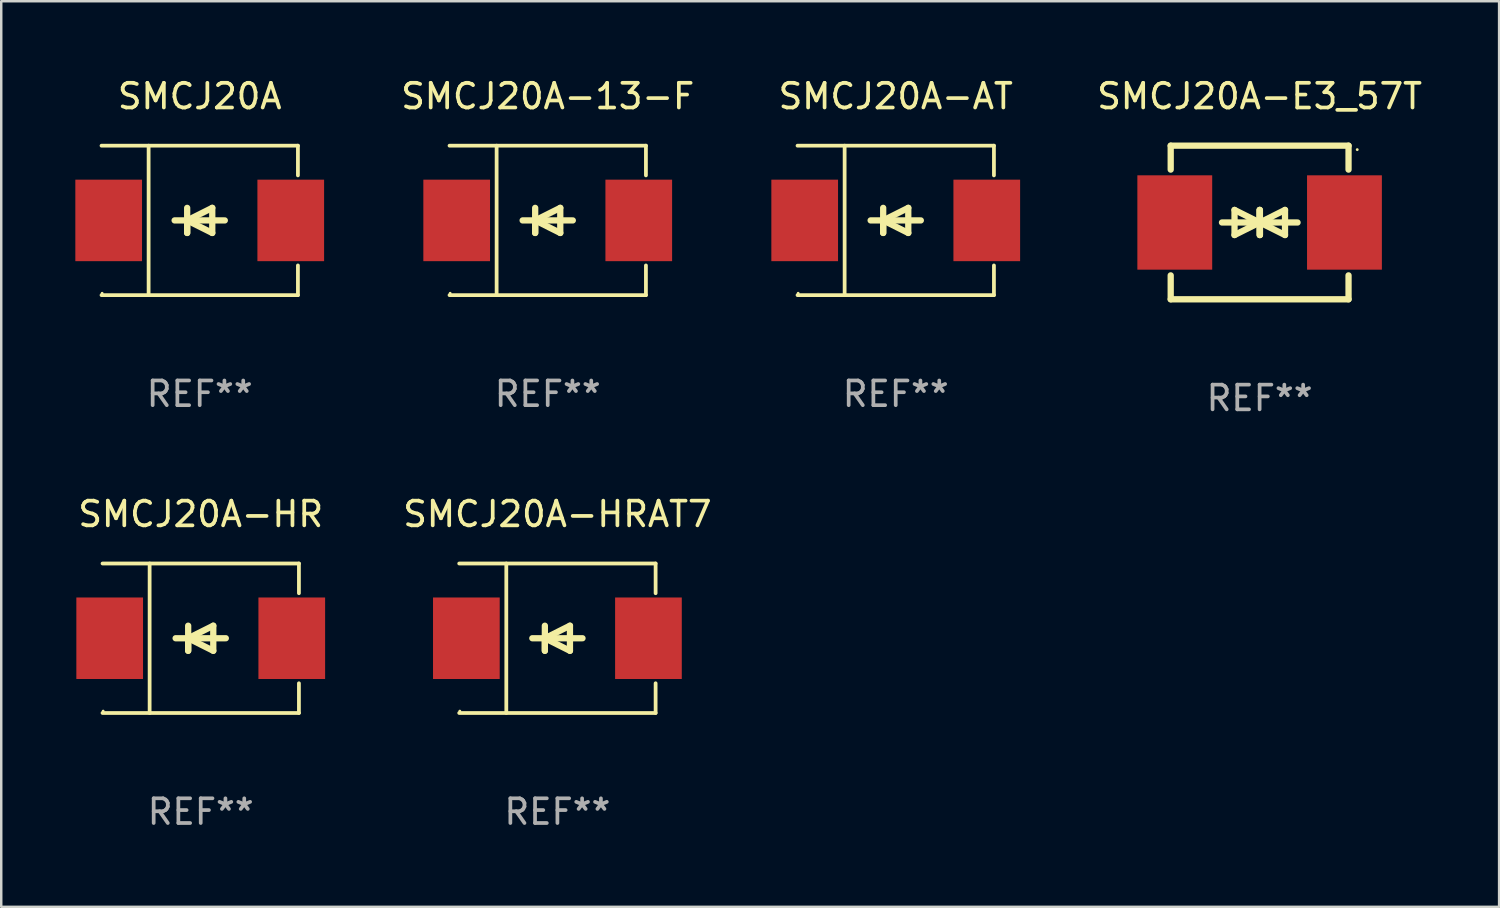
<source format=kicad_pcb>
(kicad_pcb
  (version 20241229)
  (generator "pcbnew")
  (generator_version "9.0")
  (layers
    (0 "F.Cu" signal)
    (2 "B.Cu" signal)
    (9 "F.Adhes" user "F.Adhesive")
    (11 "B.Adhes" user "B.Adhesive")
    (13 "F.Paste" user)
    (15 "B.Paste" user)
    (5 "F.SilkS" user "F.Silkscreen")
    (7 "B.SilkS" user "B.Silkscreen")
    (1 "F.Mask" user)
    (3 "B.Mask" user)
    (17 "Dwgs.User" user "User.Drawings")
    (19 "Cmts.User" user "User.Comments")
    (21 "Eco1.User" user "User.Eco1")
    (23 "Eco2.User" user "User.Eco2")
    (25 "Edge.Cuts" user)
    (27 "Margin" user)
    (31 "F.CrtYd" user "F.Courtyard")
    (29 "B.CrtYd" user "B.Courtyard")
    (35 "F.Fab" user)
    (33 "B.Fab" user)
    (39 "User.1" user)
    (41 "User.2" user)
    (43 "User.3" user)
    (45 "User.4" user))
  (footprint "SMCJ20A-13-F"
    (layer "F.Cu")
    (at 19.126 5.874)
    (property "Reference" "SMCJ20A-13-F" (at 0 -5.026 0) (layer "F.SilkS") (effects (font (size 1 1) (thickness 0.15))))
    (attr through_hole)
    (fp_line (start -3.976 -3.026) (end 3.976 -3.026) (stroke (width 0.152) (type solid)) (layer "F.SilkS"))
    (fp_line (start -3.976 3.026) (end 3.976 3.026) (stroke (width 0.152) (type solid)) (layer "F.SilkS"))
    (fp_line (start -2.069 -3.026) (end -2.069 3.026) (stroke (width 0.152) (type solid)) (layer "F.SilkS"))
    (fp_line (start -0.508 0) (end -0.508 0.508) (stroke (width 0.254) (type solid)) (layer "F.SilkS"))
    (fp_line (start -0.508 0) (end 0.508 0.508) (stroke (width 0.254) (type solid)) (layer "F.SilkS"))
    (fp_line (start -0.508 0.508) (end -0.508 -0.508) (stroke (width 0.254) (type solid)) (layer "F.SilkS"))
    (fp_line (start 0.508 -0.508) (end -0.508 0) (stroke (width 0.254) (type solid)) (layer "F.SilkS"))
    (fp_line (start 0.508 0.508) (end 0.508 -0.508) (stroke (width 0.254) (type solid)) (layer "F.SilkS"))
    (fp_line (start 1.016 0) (end -1.016 0) (stroke (width 0.254) (type solid)) (layer "F.SilkS"))
    (fp_line (start 3.976 -3.026) (end 3.976 -1.823) (stroke (width 0.152) (type solid)) (layer "F.SilkS"))
    (fp_line (start 3.976 3.026) (end 3.976 1.823) (stroke (width 0.152) (type solid)) (layer "F.SilkS"))
    (fp_circle (center -3.95 2.95) (end -3.92 2.95) (stroke (width 0.06) (type solid)) (fill no) (layer "F.SilkS"))
    (fp_text user "REF**" (at 0 7.026 0) (layer "F.Fab") (effects (font (size 1 1) (thickness 0.15))))
    (pad "1" smd rect (at -3.686 0) (size 2.7 3.3) (layers "F.Cu" "F.Mask" "F.Paste"))
    (pad "2" smd rect (at 3.686 0) (size 2.7 3.3) (layers "F.Cu" "F.Mask" "F.Paste")))
  (footprint "SMCJ20A-AT"
    (layer "F.Cu")
    (at 33.216 5.874)
    (property "Reference" "SMCJ20A-AT" (at 0 -5.026 0) (layer "F.SilkS") (effects (font (size 1 1) (thickness 0.15))))
    (attr through_hole)
    (fp_line (start -3.976 -3.026) (end 3.976 -3.026) (stroke (width 0.152) (type solid)) (layer "F.SilkS"))
    (fp_line (start -3.976 3.026) (end 3.976 3.026) (stroke (width 0.152) (type solid)) (layer "F.SilkS"))
    (fp_line (start -2.069 -3.026) (end -2.069 3.026) (stroke (width 0.152) (type solid)) (layer "F.SilkS"))
    (fp_line (start -0.508 0) (end -0.508 0.508) (stroke (width 0.254) (type solid)) (layer "F.SilkS"))
    (fp_line (start -0.508 0) (end 0.508 0.508) (stroke (width 0.254) (type solid)) (layer "F.SilkS"))
    (fp_line (start -0.508 0.508) (end -0.508 -0.508) (stroke (width 0.254) (type solid)) (layer "F.SilkS"))
    (fp_line (start 0.508 -0.508) (end -0.508 0) (stroke (width 0.254) (type solid)) (layer "F.SilkS"))
    (fp_line (start 0.508 0.508) (end 0.508 -0.508) (stroke (width 0.254) (type solid)) (layer "F.SilkS"))
    (fp_line (start 1.016 0) (end -1.016 0) (stroke (width 0.254) (type solid)) (layer "F.SilkS"))
    (fp_line (start 3.976 -3.026) (end 3.976 -1.823) (stroke (width 0.152) (type solid)) (layer "F.SilkS"))
    (fp_line (start 3.976 3.026) (end 3.976 1.823) (stroke (width 0.152) (type solid)) (layer "F.SilkS"))
    (fp_circle (center -3.95 2.95) (end -3.92 2.95) (stroke (width 0.06) (type solid)) (fill no) (layer "F.SilkS"))
    (fp_text user "REF**" (at 0 7.026 0) (layer "F.Fab") (effects (font (size 1 1) (thickness 0.15))))
    (pad "1" smd rect (at -3.686 0) (size 2.7 3.3) (layers "F.Cu" "F.Mask" "F.Paste"))
    (pad "2" smd rect (at 3.686 0) (size 2.7 3.3) (layers "F.Cu" "F.Mask" "F.Paste")))
  (footprint "SMCJ20A-E3_57T"
    (layer "F.Cu")
    (at 47.949 5.958)
    (property "Reference" "SMCJ20A-E3_57T" (at 0 -5.11 0) (layer "F.SilkS") (effects (font (size 1 1) (thickness 0.15))))
    (attr through_hole)
    (fp_line (start -3.6 -2.141) (end -3.6 -3.11) (stroke (width 0.254) (type solid)) (layer "F.SilkS"))
    (fp_line (start -3.6 3.11) (end -3.6 2.141) (stroke (width 0.254) (type solid)) (layer "F.SilkS"))
    (fp_line (start -1.524 0) (end 0.508 0) (stroke (width 0.254) (type solid)) (layer "F.SilkS"))
    (fp_line (start -1.016 -0.508) (end -1.016 0.508) (stroke (width 0.254) (type solid)) (layer "F.SilkS"))
    (fp_line (start -1.016 0.508) (end 0 0) (stroke (width 0.254) (type solid)) (layer "F.SilkS"))
    (fp_line (start 0 -0.508) (end 0 0.508) (stroke (width 0.254) (type solid)) (layer "F.SilkS"))
    (fp_line (start 0 0) (end -1.016 -0.508) (stroke (width 0.254) (type solid)) (layer "F.SilkS"))
    (fp_line (start 0 0) (end 0 -0.508) (stroke (width 0.254) (type solid)) (layer "F.SilkS"))
    (fp_line (start 0.012 0) (end 0.012 0.508) (stroke (width 0.254) (type solid)) (layer "F.SilkS"))
    (fp_line (start 0.012 0) (end 1.028 0.508) (stroke (width 0.254) (type solid)) (layer "F.SilkS"))
    (fp_line (start 0.012 0.508) (end 0.012 -0.508) (stroke (width 0.254) (type solid)) (layer "F.SilkS"))
    (fp_line (start 1.028 -0.508) (end 0.012 0) (stroke (width 0.254) (type solid)) (layer "F.SilkS"))
    (fp_line (start 1.028 0.508) (end 1.028 -0.508) (stroke (width 0.254) (type solid)) (layer "F.SilkS"))
    (fp_line (start 1.536 0) (end -0.496 0) (stroke (width 0.254) (type solid)) (layer "F.SilkS"))
    (fp_line (start 3.6 -3.11) (end -3.6 -3.11) (stroke (width 0.254) (type solid)) (layer "F.SilkS"))
    (fp_line (start 3.6 -2.141) (end 3.6 -3.11) (stroke (width 0.254) (type solid)) (layer "F.SilkS"))
    (fp_line (start 3.6 3.11) (end -3.6 3.11) (stroke (width 0.254) (type solid)) (layer "F.SilkS"))
    (fp_line (start 3.6 3.11) (end 3.6 2.141) (stroke (width 0.254) (type solid)) (layer "F.SilkS"))
    (fp_circle (center 3.952 -2.95) (end 3.982 -2.95) (stroke (width 0.06) (type solid)) (fill no) (layer "F.SilkS"))
    (fp_text user "REF**" (at 0 7.11 0) (layer "F.Fab") (effects (font (size 1 1) (thickness 0.15))))
    (pad "1" smd rect (at 3.435 0) (size 3.03 3.82) (layers "F.Cu" "F.Mask" "F.Paste"))
    (pad "2" smd rect (at -3.435 0) (size 3.03 3.82) (layers "F.Cu" "F.Mask" "F.Paste")))
  (footprint "SMCJ20A-HRAT7"
    (layer "F.Cu")
    (at 19.518 22.791)
    (property "Reference" "SMCJ20A-HRAT7" (at 0 -5.026 0) (layer "F.SilkS") (effects (font (size 1 1) (thickness 0.15))))
    (attr through_hole)
    (fp_line (start -3.976 -3.026) (end 3.976 -3.026) (stroke (width 0.152) (type solid)) (layer "F.SilkS"))
    (fp_line (start -3.976 3.026) (end 3.976 3.026) (stroke (width 0.152) (type solid)) (layer "F.SilkS"))
    (fp_line (start -2.069 -3.026) (end -2.069 3.026) (stroke (width 0.152) (type solid)) (layer "F.SilkS"))
    (fp_line (start -0.508 0) (end -0.508 0.508) (stroke (width 0.254) (type solid)) (layer "F.SilkS"))
    (fp_line (start -0.508 0) (end 0.508 0.508) (stroke (width 0.254) (type solid)) (layer "F.SilkS"))
    (fp_line (start -0.508 0.508) (end -0.508 -0.508) (stroke (width 0.254) (type solid)) (layer "F.SilkS"))
    (fp_line (start 0.508 -0.508) (end -0.508 0) (stroke (width 0.254) (type solid)) (layer "F.SilkS"))
    (fp_line (start 0.508 0.508) (end 0.508 -0.508) (stroke (width 0.254) (type solid)) (layer "F.SilkS"))
    (fp_line (start 1.016 0) (end -1.016 0) (stroke (width 0.254) (type solid)) (layer "F.SilkS"))
    (fp_line (start 3.976 -3.026) (end 3.976 -1.823) (stroke (width 0.152) (type solid)) (layer "F.SilkS"))
    (fp_line (start 3.976 3.026) (end 3.976 1.823) (stroke (width 0.152) (type solid)) (layer "F.SilkS"))
    (fp_circle (center -3.95 2.95) (end -3.92 2.95) (stroke (width 0.06) (type solid)) (fill no) (layer "F.SilkS"))
    (fp_text user "REF**" (at 0 7.026 0) (layer "F.Fab") (effects (font (size 1 1) (thickness 0.15))))
    (pad "1" smd rect (at -3.686 0) (size 2.7 3.3) (layers "F.Cu" "F.Mask" "F.Paste"))
    (pad "2" smd rect (at 3.686 0) (size 2.7 3.3) (layers "F.Cu" "F.Mask" "F.Paste")))
  (footprint "SMCJ20A"
    (layer "F.Cu")
    (at 5.036 5.874)
    (property "Reference" "SMCJ20A" (at 0 -5.026 0) (layer "F.SilkS") (effects (font (size 1 1) (thickness 0.15))))
    (attr through_hole)
    (fp_line (start -3.976 -3.026) (end 3.976 -3.026) (stroke (width 0.152) (type solid)) (layer "F.SilkS"))
    (fp_line (start -3.976 3.026) (end 3.976 3.026) (stroke (width 0.152) (type solid)) (layer "F.SilkS"))
    (fp_line (start -2.069 -3.026) (end -2.069 3.026) (stroke (width 0.152) (type solid)) (layer "F.SilkS"))
    (fp_line (start -0.508 0) (end -0.508 0.508) (stroke (width 0.254) (type solid)) (layer "F.SilkS"))
    (fp_line (start -0.508 0) (end 0.508 0.508) (stroke (width 0.254) (type solid)) (layer "F.SilkS"))
    (fp_line (start -0.508 0.508) (end -0.508 -0.508) (stroke (width 0.254) (type solid)) (layer "F.SilkS"))
    (fp_line (start 0.508 -0.508) (end -0.508 0) (stroke (width 0.254) (type solid)) (layer "F.SilkS"))
    (fp_line (start 0.508 0.508) (end 0.508 -0.508) (stroke (width 0.254) (type solid)) (layer "F.SilkS"))
    (fp_line (start 1.016 0) (end -1.016 0) (stroke (width 0.254) (type solid)) (layer "F.SilkS"))
    (fp_line (start 3.976 -3.026) (end 3.976 -1.823) (stroke (width 0.152) (type solid)) (layer "F.SilkS"))
    (fp_line (start 3.976 3.026) (end 3.976 1.823) (stroke (width 0.152) (type solid)) (layer "F.SilkS"))
    (fp_circle (center -3.95 2.95) (end -3.92 2.95) (stroke (width 0.06) (type solid)) (fill no) (layer "F.SilkS"))
    (fp_text user "REF**" (at 0 7.026 0) (layer "F.Fab") (effects (font (size 1 1) (thickness 0.15))))
    (pad "1" smd rect (at -3.686 0) (size 2.7 3.3) (layers "F.Cu" "F.Mask" "F.Paste"))
    (pad "2" smd rect (at 3.686 0) (size 2.7 3.3) (layers "F.Cu" "F.Mask" "F.Paste")))
  (footprint "SMCJ20A-HR"
    (layer "F.Cu")
    (at 5.077 22.791)
    (property "Reference" "SMCJ20A-HR" (at 0 -5.026 0) (layer "F.SilkS") (effects (font (size 1 1) (thickness 0.15))))
    (attr through_hole)
    (fp_line (start -3.976 -3.026) (end 3.976 -3.026) (stroke (width 0.152) (type solid)) (layer "F.SilkS"))
    (fp_line (start -3.976 3.026) (end 3.976 3.026) (stroke (width 0.152) (type solid)) (layer "F.SilkS"))
    (fp_line (start -2.069 -3.026) (end -2.069 3.026) (stroke (width 0.152) (type solid)) (layer "F.SilkS"))
    (fp_line (start -0.508 0) (end -0.508 0.508) (stroke (width 0.254) (type solid)) (layer "F.SilkS"))
    (fp_line (start -0.508 0) (end 0.508 0.508) (stroke (width 0.254) (type solid)) (layer "F.SilkS"))
    (fp_line (start -0.508 0.508) (end -0.508 -0.508) (stroke (width 0.254) (type solid)) (layer "F.SilkS"))
    (fp_line (start 0.508 -0.508) (end -0.508 0) (stroke (width 0.254) (type solid)) (layer "F.SilkS"))
    (fp_line (start 0.508 0.508) (end 0.508 -0.508) (stroke (width 0.254) (type solid)) (layer "F.SilkS"))
    (fp_line (start 1.016 0) (end -1.016 0) (stroke (width 0.254) (type solid)) (layer "F.SilkS"))
    (fp_line (start 3.976 -3.026) (end 3.976 -1.823) (stroke (width 0.152) (type solid)) (layer "F.SilkS"))
    (fp_line (start 3.976 3.026) (end 3.976 1.823) (stroke (width 0.152) (type solid)) (layer "F.SilkS"))
    (fp_circle (center -3.95 2.95) (end -3.92 2.95) (stroke (width 0.06) (type solid)) (fill no) (layer "F.SilkS"))
    (fp_text user "REF**" (at 0 7.026 0) (layer "F.Fab") (effects (font (size 1 1) (thickness 0.15))))
    (pad "1" smd rect (at -3.686 0) (size 2.7 3.3) (layers "F.Cu" "F.Mask" "F.Paste"))
    (pad "2" smd rect (at 3.686 0) (size 2.7 3.3) (layers "F.Cu" "F.Mask" "F.Paste")))
  (gr_rect
    (start -3 -3)
    (end 57.645 33.665)
    (stroke (width 0.1) (type default))
    (fill no)
    (layer "Edge.Cuts")))
</source>
